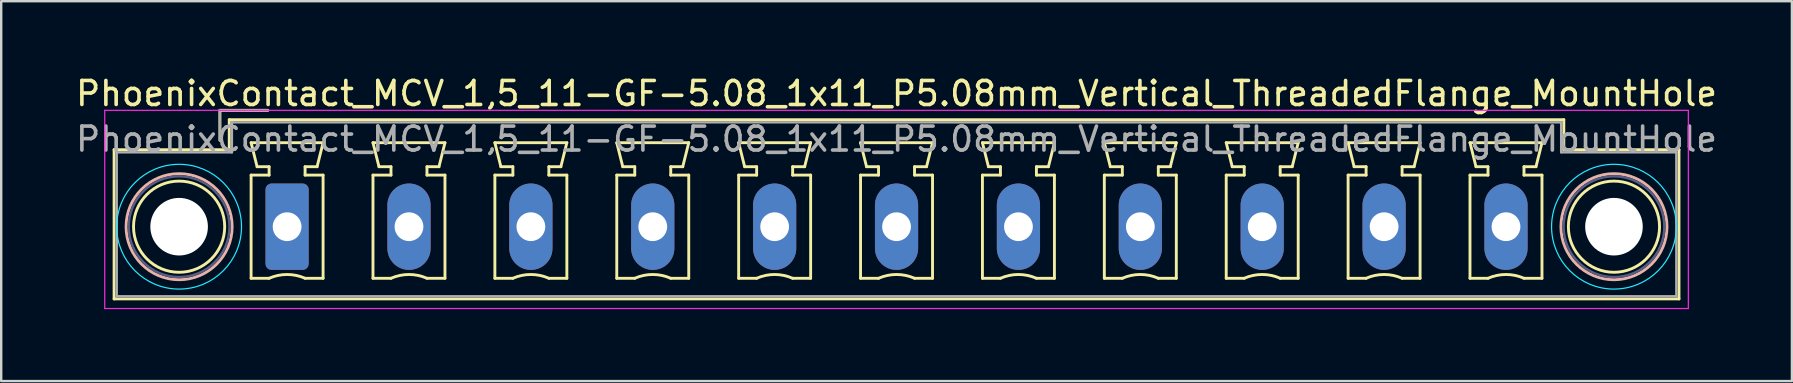
<source format=kicad_pcb>
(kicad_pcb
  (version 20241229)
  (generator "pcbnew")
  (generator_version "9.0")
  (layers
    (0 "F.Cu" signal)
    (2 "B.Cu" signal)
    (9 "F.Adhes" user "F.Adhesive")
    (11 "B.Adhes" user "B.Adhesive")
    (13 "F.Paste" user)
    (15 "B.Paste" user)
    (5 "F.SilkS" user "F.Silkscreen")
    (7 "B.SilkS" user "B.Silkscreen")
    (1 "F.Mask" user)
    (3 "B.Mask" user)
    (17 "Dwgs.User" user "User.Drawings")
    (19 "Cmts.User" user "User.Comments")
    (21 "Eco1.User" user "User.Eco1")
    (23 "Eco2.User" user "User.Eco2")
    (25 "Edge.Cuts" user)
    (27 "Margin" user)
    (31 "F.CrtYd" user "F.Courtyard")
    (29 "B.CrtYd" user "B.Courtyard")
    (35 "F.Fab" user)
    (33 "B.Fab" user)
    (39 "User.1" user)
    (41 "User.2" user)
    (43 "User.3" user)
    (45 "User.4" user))
  (footprint "PhoenixContact_MCV_1,5_11-GF-5.08_1x11_P5.08mm_Vertical_ThreadedFlange_MountHole"
    (layer "F.Cu")
    (at 8.915 6.398)
    (property "Reference" "PhoenixContact_MCV_1,5_11-GF-5.08_1x11_P5.08mm_Vertical_ThreadedFlange_MountHole" (at 25.4 -5.55 0) (layer "F.SilkS") (effects (font (size 1 1) (thickness 0.15))))
    (attr through_hole)
    (fp_line (start -7.21 -3.21) (end -7.21 3.01) (stroke (width 0.12) (type solid)) (layer "F.SilkS"))
    (fp_line (start -7.21 3.01) (end 58.01 3.01) (stroke (width 0.12) (type solid)) (layer "F.SilkS"))
    (fp_line (start -2.8 -4.85) (end -0.8 -4.85) (stroke (width 0.12) (type solid)) (layer "F.SilkS"))
    (fp_line (start -2.8 -3.6) (end -2.8 -4.85) (stroke (width 0.12) (type solid)) (layer "F.SilkS"))
    (fp_line (start -2.41 -4.46) (end -2.41 -3.21) (stroke (width 0.12) (type solid)) (layer "F.SilkS"))
    (fp_line (start -2.41 -3.21) (end -7.21 -3.21) (stroke (width 0.12) (type solid)) (layer "F.SilkS"))
    (fp_line (start -1.5 -3.5) (end 1.5 -3.5) (stroke (width 0.12) (type solid)) (layer "F.SilkS"))
    (fp_line (start -1.5 -2.15) (end -0.75 -2.15) (stroke (width 0.12) (type solid)) (layer "F.SilkS"))
    (fp_line (start -1.5 2.15) (end -1.5 -2.15) (stroke (width 0.12) (type solid)) (layer "F.SilkS"))
    (fp_line (start -1.25 -2.5) (end -1.5 -3.5) (stroke (width 0.12) (type solid)) (layer "F.SilkS"))
    (fp_line (start -0.75 -2.5) (end -1.25 -2.5) (stroke (width 0.12) (type solid)) (layer "F.SilkS"))
    (fp_line (start -0.75 -2.15) (end -0.75 -2.5) (stroke (width 0.12) (type solid)) (layer "F.SilkS"))
    (fp_line (start -0.75 2.15) (end -1.5 2.15) (stroke (width 0.12) (type solid)) (layer "F.SilkS"))
    (fp_line (start 0.75 -2.5) (end 0.75 -2.15) (stroke (width 0.12) (type solid)) (layer "F.SilkS"))
    (fp_line (start 0.75 -2.15) (end 1.5 -2.15) (stroke (width 0.12) (type solid)) (layer "F.SilkS"))
    (fp_line (start 1.25 -2.5) (end 0.75 -2.5) (stroke (width 0.12) (type solid)) (layer "F.SilkS"))
    (fp_line (start 1.5 -3.5) (end 1.25 -2.5) (stroke (width 0.12) (type solid)) (layer "F.SilkS"))
    (fp_line (start 1.5 -2.15) (end 1.5 2.15) (stroke (width 0.12) (type solid)) (layer "F.SilkS"))
    (fp_line (start 1.5 2.15) (end 0.75 2.15) (stroke (width 0.12) (type solid)) (layer "F.SilkS"))
    (fp_line (start 3.58 -3.5) (end 6.58 -3.5) (stroke (width 0.12) (type solid)) (layer "F.SilkS"))
    (fp_line (start 3.58 -2.15) (end 4.33 -2.15) (stroke (width 0.12) (type solid)) (layer "F.SilkS"))
    (fp_line (start 3.58 2.15) (end 3.58 -2.15) (stroke (width 0.12) (type solid)) (layer "F.SilkS"))
    (fp_line (start 3.83 -2.5) (end 3.58 -3.5) (stroke (width 0.12) (type solid)) (layer "F.SilkS"))
    (fp_line (start 4.33 -2.5) (end 3.83 -2.5) (stroke (width 0.12) (type solid)) (layer "F.SilkS"))
    (fp_line (start 4.33 -2.15) (end 4.33 -2.5) (stroke (width 0.12) (type solid)) (layer "F.SilkS"))
    (fp_line (start 4.33 2.15) (end 3.58 2.15) (stroke (width 0.12) (type solid)) (layer "F.SilkS"))
    (fp_line (start 5.83 -2.5) (end 5.83 -2.15) (stroke (width 0.12) (type solid)) (layer "F.SilkS"))
    (fp_line (start 5.83 -2.15) (end 6.58 -2.15) (stroke (width 0.12) (type solid)) (layer "F.SilkS"))
    (fp_line (start 6.33 -2.5) (end 5.83 -2.5) (stroke (width 0.12) (type solid)) (layer "F.SilkS"))
    (fp_line (start 6.58 -3.5) (end 6.33 -2.5) (stroke (width 0.12) (type solid)) (layer "F.SilkS"))
    (fp_line (start 6.58 -2.15) (end 6.58 2.15) (stroke (width 0.12) (type solid)) (layer "F.SilkS"))
    (fp_line (start 6.58 2.15) (end 5.83 2.15) (stroke (width 0.12) (type solid)) (layer "F.SilkS"))
    (fp_line (start 8.66 -3.5) (end 11.66 -3.5) (stroke (width 0.12) (type solid)) (layer "F.SilkS"))
    (fp_line (start 8.66 -2.15) (end 9.41 -2.15) (stroke (width 0.12) (type solid)) (layer "F.SilkS"))
    (fp_line (start 8.66 2.15) (end 8.66 -2.15) (stroke (width 0.12) (type solid)) (layer "F.SilkS"))
    (fp_line (start 8.91 -2.5) (end 8.66 -3.5) (stroke (width 0.12) (type solid)) (layer "F.SilkS"))
    (fp_line (start 9.41 -2.5) (end 8.91 -2.5) (stroke (width 0.12) (type solid)) (layer "F.SilkS"))
    (fp_line (start 9.41 -2.15) (end 9.41 -2.5) (stroke (width 0.12) (type solid)) (layer "F.SilkS"))
    (fp_line (start 9.41 2.15) (end 8.66 2.15) (stroke (width 0.12) (type solid)) (layer "F.SilkS"))
    (fp_line (start 10.91 -2.5) (end 10.91 -2.15) (stroke (width 0.12) (type solid)) (layer "F.SilkS"))
    (fp_line (start 10.91 -2.15) (end 11.66 -2.15) (stroke (width 0.12) (type solid)) (layer "F.SilkS"))
    (fp_line (start 11.41 -2.5) (end 10.91 -2.5) (stroke (width 0.12) (type solid)) (layer "F.SilkS"))
    (fp_line (start 11.66 -3.5) (end 11.41 -2.5) (stroke (width 0.12) (type solid)) (layer "F.SilkS"))
    (fp_line (start 11.66 -2.15) (end 11.66 2.15) (stroke (width 0.12) (type solid)) (layer "F.SilkS"))
    (fp_line (start 11.66 2.15) (end 10.91 2.15) (stroke (width 0.12) (type solid)) (layer "F.SilkS"))
    (fp_line (start 13.74 -3.5) (end 16.74 -3.5) (stroke (width 0.12) (type solid)) (layer "F.SilkS"))
    (fp_line (start 13.74 -2.15) (end 14.49 -2.15) (stroke (width 0.12) (type solid)) (layer "F.SilkS"))
    (fp_line (start 13.74 2.15) (end 13.74 -2.15) (stroke (width 0.12) (type solid)) (layer "F.SilkS"))
    (fp_line (start 13.99 -2.5) (end 13.74 -3.5) (stroke (width 0.12) (type solid)) (layer "F.SilkS"))
    (fp_line (start 14.49 -2.5) (end 13.99 -2.5) (stroke (width 0.12) (type solid)) (layer "F.SilkS"))
    (fp_line (start 14.49 -2.15) (end 14.49 -2.5) (stroke (width 0.12) (type solid)) (layer "F.SilkS"))
    (fp_line (start 14.49 2.15) (end 13.74 2.15) (stroke (width 0.12) (type solid)) (layer "F.SilkS"))
    (fp_line (start 15.99 -2.5) (end 15.99 -2.15) (stroke (width 0.12) (type solid)) (layer "F.SilkS"))
    (fp_line (start 15.99 -2.15) (end 16.74 -2.15) (stroke (width 0.12) (type solid)) (layer "F.SilkS"))
    (fp_line (start 16.49 -2.5) (end 15.99 -2.5) (stroke (width 0.12) (type solid)) (layer "F.SilkS"))
    (fp_line (start 16.74 -3.5) (end 16.49 -2.5) (stroke (width 0.12) (type solid)) (layer "F.SilkS"))
    (fp_line (start 16.74 -2.15) (end 16.74 2.15) (stroke (width 0.12) (type solid)) (layer "F.SilkS"))
    (fp_line (start 16.74 2.15) (end 15.99 2.15) (stroke (width 0.12) (type solid)) (layer "F.SilkS"))
    (fp_line (start 18.82 -3.5) (end 21.82 -3.5) (stroke (width 0.12) (type solid)) (layer "F.SilkS"))
    (fp_line (start 18.82 -2.15) (end 19.57 -2.15) (stroke (width 0.12) (type solid)) (layer "F.SilkS"))
    (fp_line (start 18.82 2.15) (end 18.82 -2.15) (stroke (width 0.12) (type solid)) (layer "F.SilkS"))
    (fp_line (start 19.07 -2.5) (end 18.82 -3.5) (stroke (width 0.12) (type solid)) (layer "F.SilkS"))
    (fp_line (start 19.57 -2.5) (end 19.07 -2.5) (stroke (width 0.12) (type solid)) (layer "F.SilkS"))
    (fp_line (start 19.57 -2.15) (end 19.57 -2.5) (stroke (width 0.12) (type solid)) (layer "F.SilkS"))
    (fp_line (start 19.57 2.15) (end 18.82 2.15) (stroke (width 0.12) (type solid)) (layer "F.SilkS"))
    (fp_line (start 21.07 -2.5) (end 21.07 -2.15) (stroke (width 0.12) (type solid)) (layer "F.SilkS"))
    (fp_line (start 21.07 -2.15) (end 21.82 -2.15) (stroke (width 0.12) (type solid)) (layer "F.SilkS"))
    (fp_line (start 21.57 -2.5) (end 21.07 -2.5) (stroke (width 0.12) (type solid)) (layer "F.SilkS"))
    (fp_line (start 21.82 -3.5) (end 21.57 -2.5) (stroke (width 0.12) (type solid)) (layer "F.SilkS"))
    (fp_line (start 21.82 -2.15) (end 21.82 2.15) (stroke (width 0.12) (type solid)) (layer "F.SilkS"))
    (fp_line (start 21.82 2.15) (end 21.07 2.15) (stroke (width 0.12) (type solid)) (layer "F.SilkS"))
    (fp_line (start 23.9 -3.5) (end 26.9 -3.5) (stroke (width 0.12) (type solid)) (layer "F.SilkS"))
    (fp_line (start 23.9 -2.15) (end 24.65 -2.15) (stroke (width 0.12) (type solid)) (layer "F.SilkS"))
    (fp_line (start 23.9 2.15) (end 23.9 -2.15) (stroke (width 0.12) (type solid)) (layer "F.SilkS"))
    (fp_line (start 24.15 -2.5) (end 23.9 -3.5) (stroke (width 0.12) (type solid)) (layer "F.SilkS"))
    (fp_line (start 24.65 -2.5) (end 24.15 -2.5) (stroke (width 0.12) (type solid)) (layer "F.SilkS"))
    (fp_line (start 24.65 -2.15) (end 24.65 -2.5) (stroke (width 0.12) (type solid)) (layer "F.SilkS"))
    (fp_line (start 24.65 2.15) (end 23.9 2.15) (stroke (width 0.12) (type solid)) (layer "F.SilkS"))
    (fp_line (start 26.15 -2.5) (end 26.15 -2.15) (stroke (width 0.12) (type solid)) (layer "F.SilkS"))
    (fp_line (start 26.15 -2.15) (end 26.9 -2.15) (stroke (width 0.12) (type solid)) (layer "F.SilkS"))
    (fp_line (start 26.65 -2.5) (end 26.15 -2.5) (stroke (width 0.12) (type solid)) (layer "F.SilkS"))
    (fp_line (start 26.9 -3.5) (end 26.65 -2.5) (stroke (width 0.12) (type solid)) (layer "F.SilkS"))
    (fp_line (start 26.9 -2.15) (end 26.9 2.15) (stroke (width 0.12) (type solid)) (layer "F.SilkS"))
    (fp_line (start 26.9 2.15) (end 26.15 2.15) (stroke (width 0.12) (type solid)) (layer "F.SilkS"))
    (fp_line (start 28.98 -3.5) (end 31.98 -3.5) (stroke (width 0.12) (type solid)) (layer "F.SilkS"))
    (fp_line (start 28.98 -2.15) (end 29.73 -2.15) (stroke (width 0.12) (type solid)) (layer "F.SilkS"))
    (fp_line (start 28.98 2.15) (end 28.98 -2.15) (stroke (width 0.12) (type solid)) (layer "F.SilkS"))
    (fp_line (start 29.23 -2.5) (end 28.98 -3.5) (stroke (width 0.12) (type solid)) (layer "F.SilkS"))
    (fp_line (start 29.73 -2.5) (end 29.23 -2.5) (stroke (width 0.12) (type solid)) (layer "F.SilkS"))
    (fp_line (start 29.73 -2.15) (end 29.73 -2.5) (stroke (width 0.12) (type solid)) (layer "F.SilkS"))
    (fp_line (start 29.73 2.15) (end 28.98 2.15) (stroke (width 0.12) (type solid)) (layer "F.SilkS"))
    (fp_line (start 31.23 -2.5) (end 31.23 -2.15) (stroke (width 0.12) (type solid)) (layer "F.SilkS"))
    (fp_line (start 31.23 -2.15) (end 31.98 -2.15) (stroke (width 0.12) (type solid)) (layer "F.SilkS"))
    (fp_line (start 31.73 -2.5) (end 31.23 -2.5) (stroke (width 0.12) (type solid)) (layer "F.SilkS"))
    (fp_line (start 31.98 -3.5) (end 31.73 -2.5) (stroke (width 0.12) (type solid)) (layer "F.SilkS"))
    (fp_line (start 31.98 -2.15) (end 31.98 2.15) (stroke (width 0.12) (type solid)) (layer "F.SilkS"))
    (fp_line (start 31.98 2.15) (end 31.23 2.15) (stroke (width 0.12) (type solid)) (layer "F.SilkS"))
    (fp_line (start 34.06 -3.5) (end 37.06 -3.5) (stroke (width 0.12) (type solid)) (layer "F.SilkS"))
    (fp_line (start 34.06 -2.15) (end 34.81 -2.15) (stroke (width 0.12) (type solid)) (layer "F.SilkS"))
    (fp_line (start 34.06 2.15) (end 34.06 -2.15) (stroke (width 0.12) (type solid)) (layer "F.SilkS"))
    (fp_line (start 34.31 -2.5) (end 34.06 -3.5) (stroke (width 0.12) (type solid)) (layer "F.SilkS"))
    (fp_line (start 34.81 -2.5) (end 34.31 -2.5) (stroke (width 0.12) (type solid)) (layer "F.SilkS"))
    (fp_line (start 34.81 -2.15) (end 34.81 -2.5) (stroke (width 0.12) (type solid)) (layer "F.SilkS"))
    (fp_line (start 34.81 2.15) (end 34.06 2.15) (stroke (width 0.12) (type solid)) (layer "F.SilkS"))
    (fp_line (start 36.31 -2.5) (end 36.31 -2.15) (stroke (width 0.12) (type solid)) (layer "F.SilkS"))
    (fp_line (start 36.31 -2.15) (end 37.06 -2.15) (stroke (width 0.12) (type solid)) (layer "F.SilkS"))
    (fp_line (start 36.81 -2.5) (end 36.31 -2.5) (stroke (width 0.12) (type solid)) (layer "F.SilkS"))
    (fp_line (start 37.06 -3.5) (end 36.81 -2.5) (stroke (width 0.12) (type solid)) (layer "F.SilkS"))
    (fp_line (start 37.06 -2.15) (end 37.06 2.15) (stroke (width 0.12) (type solid)) (layer "F.SilkS"))
    (fp_line (start 37.06 2.15) (end 36.31 2.15) (stroke (width 0.12) (type solid)) (layer "F.SilkS"))
    (fp_line (start 39.14 -3.5) (end 42.14 -3.5) (stroke (width 0.12) (type solid)) (layer "F.SilkS"))
    (fp_line (start 39.14 -2.15) (end 39.89 -2.15) (stroke (width 0.12) (type solid)) (layer "F.SilkS"))
    (fp_line (start 39.14 2.15) (end 39.14 -2.15) (stroke (width 0.12) (type solid)) (layer "F.SilkS"))
    (fp_line (start 39.39 -2.5) (end 39.14 -3.5) (stroke (width 0.12) (type solid)) (layer "F.SilkS"))
    (fp_line (start 39.89 -2.5) (end 39.39 -2.5) (stroke (width 0.12) (type solid)) (layer "F.SilkS"))
    (fp_line (start 39.89 -2.15) (end 39.89 -2.5) (stroke (width 0.12) (type solid)) (layer "F.SilkS"))
    (fp_line (start 39.89 2.15) (end 39.14 2.15) (stroke (width 0.12) (type solid)) (layer "F.SilkS"))
    (fp_line (start 41.39 -2.5) (end 41.39 -2.15) (stroke (width 0.12) (type solid)) (layer "F.SilkS"))
    (fp_line (start 41.39 -2.15) (end 42.14 -2.15) (stroke (width 0.12) (type solid)) (layer "F.SilkS"))
    (fp_line (start 41.89 -2.5) (end 41.39 -2.5) (stroke (width 0.12) (type solid)) (layer "F.SilkS"))
    (fp_line (start 42.14 -3.5) (end 41.89 -2.5) (stroke (width 0.12) (type solid)) (layer "F.SilkS"))
    (fp_line (start 42.14 -2.15) (end 42.14 2.15) (stroke (width 0.12) (type solid)) (layer "F.SilkS"))
    (fp_line (start 42.14 2.15) (end 41.39 2.15) (stroke (width 0.12) (type solid)) (layer "F.SilkS"))
    (fp_line (start 44.22 -3.5) (end 47.22 -3.5) (stroke (width 0.12) (type solid)) (layer "F.SilkS"))
    (fp_line (start 44.22 -2.15) (end 44.97 -2.15) (stroke (width 0.12) (type solid)) (layer "F.SilkS"))
    (fp_line (start 44.22 2.15) (end 44.22 -2.15) (stroke (width 0.12) (type solid)) (layer "F.SilkS"))
    (fp_line (start 44.47 -2.5) (end 44.22 -3.5) (stroke (width 0.12) (type solid)) (layer "F.SilkS"))
    (fp_line (start 44.97 -2.5) (end 44.47 -2.5) (stroke (width 0.12) (type solid)) (layer "F.SilkS"))
    (fp_line (start 44.97 -2.15) (end 44.97 -2.5) (stroke (width 0.12) (type solid)) (layer "F.SilkS"))
    (fp_line (start 44.97 2.15) (end 44.22 2.15) (stroke (width 0.12) (type solid)) (layer "F.SilkS"))
    (fp_line (start 46.47 -2.5) (end 46.47 -2.15) (stroke (width 0.12) (type solid)) (layer "F.SilkS"))
    (fp_line (start 46.47 -2.15) (end 47.22 -2.15) (stroke (width 0.12) (type solid)) (layer "F.SilkS"))
    (fp_line (start 46.97 -2.5) (end 46.47 -2.5) (stroke (width 0.12) (type solid)) (layer "F.SilkS"))
    (fp_line (start 47.22 -3.5) (end 46.97 -2.5) (stroke (width 0.12) (type solid)) (layer "F.SilkS"))
    (fp_line (start 47.22 -2.15) (end 47.22 2.15) (stroke (width 0.12) (type solid)) (layer "F.SilkS"))
    (fp_line (start 47.22 2.15) (end 46.47 2.15) (stroke (width 0.12) (type solid)) (layer "F.SilkS"))
    (fp_line (start 49.3 -3.5) (end 52.3 -3.5) (stroke (width 0.12) (type solid)) (layer "F.SilkS"))
    (fp_line (start 49.3 -2.15) (end 50.05 -2.15) (stroke (width 0.12) (type solid)) (layer "F.SilkS"))
    (fp_line (start 49.3 2.15) (end 49.3 -2.15) (stroke (width 0.12) (type solid)) (layer "F.SilkS"))
    (fp_line (start 49.55 -2.5) (end 49.3 -3.5) (stroke (width 0.12) (type solid)) (layer "F.SilkS"))
    (fp_line (start 50.05 -2.5) (end 49.55 -2.5) (stroke (width 0.12) (type solid)) (layer "F.SilkS"))
    (fp_line (start 50.05 -2.15) (end 50.05 -2.5) (stroke (width 0.12) (type solid)) (layer "F.SilkS"))
    (fp_line (start 50.05 2.15) (end 49.3 2.15) (stroke (width 0.12) (type solid)) (layer "F.SilkS"))
    (fp_line (start 51.55 -2.5) (end 51.55 -2.15) (stroke (width 0.12) (type solid)) (layer "F.SilkS"))
    (fp_line (start 51.55 -2.15) (end 52.3 -2.15) (stroke (width 0.12) (type solid)) (layer "F.SilkS"))
    (fp_line (start 52.05 -2.5) (end 51.55 -2.5) (stroke (width 0.12) (type solid)) (layer "F.SilkS"))
    (fp_line (start 52.3 -3.5) (end 52.05 -2.5) (stroke (width 0.12) (type solid)) (layer "F.SilkS"))
    (fp_line (start 52.3 -2.15) (end 52.3 2.15) (stroke (width 0.12) (type solid)) (layer "F.SilkS"))
    (fp_line (start 52.3 2.15) (end 51.55 2.15) (stroke (width 0.12) (type solid)) (layer "F.SilkS"))
    (fp_line (start 53.21 -4.46) (end -2.41 -4.46) (stroke (width 0.12) (type solid)) (layer "F.SilkS"))
    (fp_line (start 53.21 -3.21) (end 53.21 -4.46) (stroke (width 0.12) (type solid)) (layer "F.SilkS"))
    (fp_line (start 58.01 -3.21) (end 53.21 -3.21) (stroke (width 0.12) (type solid)) (layer "F.SilkS"))
    (fp_line (start 58.01 3.01) (end 58.01 -3.21) (stroke (width 0.12) (type solid)) (layer "F.SilkS"))
    (fp_arc (start -0.75 2.15) (mid -0.000193 1.99191) (end 0.749647 2.149844) (stroke (width 0.12) (type solid)) (layer "F.SilkS"))
    (fp_arc (start 4.33 2.15) (mid 5.079807 1.99191) (end 5.829647 2.149844) (stroke (width 0.12) (type solid)) (layer "F.SilkS"))
    (fp_arc (start 9.41 2.15) (mid 10.159807 1.99191) (end 10.909647 2.149844) (stroke (width 0.12) (type solid)) (layer "F.SilkS"))
    (fp_arc (start 14.49 2.15) (mid 15.239807 1.99191) (end 15.989647 2.149844) (stroke (width 0.12) (type solid)) (layer "F.SilkS"))
    (fp_arc (start 19.57 2.15) (mid 20.319807 1.99191) (end 21.069647 2.149844) (stroke (width 0.12) (type solid)) (layer "F.SilkS"))
    (fp_arc (start 24.65 2.15) (mid 25.399807 1.99191) (end 26.149647 2.149844) (stroke (width 0.12) (type solid)) (layer "F.SilkS"))
    (fp_arc (start 29.73 2.15) (mid 30.479807 1.99191) (end 31.229647 2.149844) (stroke (width 0.12) (type solid)) (layer "F.SilkS"))
    (fp_arc (start 34.81 2.15) (mid 35.559807 1.99191) (end 36.309647 2.149844) (stroke (width 0.12) (type solid)) (layer "F.SilkS"))
    (fp_arc (start 39.89 2.15) (mid 40.639807 1.99191) (end 41.389647 2.149844) (stroke (width 0.12) (type solid)) (layer "F.SilkS"))
    (fp_arc (start 44.97 2.15) (mid 45.719807 1.99191) (end 46.469647 2.149844) (stroke (width 0.12) (type solid)) (layer "F.SilkS"))
    (fp_arc (start 50.05 2.15) (mid 50.799807 1.99191) (end 51.549647 2.149844) (stroke (width 0.12) (type solid)) (layer "F.SilkS"))
    (fp_circle (center -4.5 0) (end -2.6 0) (stroke (width 0.12) (type solid)) (fill no) (layer "F.SilkS"))
    (fp_circle (center 55.3 0) (end 57.2 0) (stroke (width 0.12) (type solid)) (fill no) (layer "F.SilkS"))
    (fp_circle (center -4.5 0) (end -2.29 0) (stroke (width 0.12) (type solid)) (fill no) (layer "B.SilkS"))
    (fp_circle (center 55.3 0) (end 57.51 0) (stroke (width 0.12) (type solid)) (fill no) (layer "B.SilkS"))
    (fp_circle (center -4.5 0) (end -1.9 0) (stroke (width 0.05) (type solid)) (fill no) (layer "B.CrtYd"))
    (fp_circle (center 55.3 0) (end 57.9 0) (stroke (width 0.05) (type solid)) (fill no) (layer "B.CrtYd"))
    (fp_line (start -7.6 -4.85) (end -7.6 3.41) (stroke (width 0.05) (type solid)) (layer "F.CrtYd"))
    (fp_line (start -7.6 3.41) (end 58.4 3.41) (stroke (width 0.05) (type solid)) (layer "F.CrtYd"))
    (fp_line (start 58.4 -4.85) (end -7.6 -4.85) (stroke (width 0.05) (type solid)) (layer "F.CrtYd"))
    (fp_line (start 58.4 3.41) (end 58.4 -4.85) (stroke (width 0.05) (type solid)) (layer "F.CrtYd"))
    (fp_circle (center -4.5 0) (end -2.4 0) (stroke (width 0.1) (type solid)) (fill no) (layer "B.Fab"))
    (fp_circle (center 55.3 0) (end 57.4 0) (stroke (width 0.1) (type solid)) (fill no) (layer "B.Fab"))
    (fp_line (start -7.1 -3.1) (end -7.1 2.9) (stroke (width 0.1) (type solid)) (layer "F.Fab"))
    (fp_line (start -7.1 2.9) (end 57.9 2.9) (stroke (width 0.1) (type solid)) (layer "F.Fab"))
    (fp_line (start -2.8 -4.85) (end -0.8 -4.85) (stroke (width 0.1) (type solid)) (layer "F.Fab"))
    (fp_line (start -2.8 -3.6) (end -2.8 -4.85) (stroke (width 0.1) (type solid)) (layer "F.Fab"))
    (fp_line (start -2.3 -4.35) (end -2.3 -3.1) (stroke (width 0.1) (type solid)) (layer "F.Fab"))
    (fp_line (start -2.3 -3.1) (end -7.1 -3.1) (stroke (width 0.1) (type solid)) (layer "F.Fab"))
    (fp_line (start 53.1 -4.35) (end -2.3 -4.35) (stroke (width 0.1) (type solid)) (layer "F.Fab"))
    (fp_line (start 53.1 -3.1) (end 53.1 -4.35) (stroke (width 0.1) (type solid)) (layer "F.Fab"))
    (fp_line (start 57.9 -3.1) (end 53.1 -3.1) (stroke (width 0.1) (type solid)) (layer "F.Fab"))
    (fp_line (start 57.9 2.9) (end 57.9 -3.1) (stroke (width 0.1) (type solid)) (layer "F.Fab"))
    (fp_text user "${REFERENCE}" (at 25.4 -3.65 0) (layer "F.Fab") (effects (font (size 1 1) (thickness 0.15))))
    (pad "" np_thru_hole circle (at -4.5 0) (size 2.4 2.4) (drill 2.4) (layers "*.Cu" "*.Mask"))
    (pad "" np_thru_hole circle (at 55.3 0) (size 2.4 2.4) (drill 2.4) (layers "*.Cu" "*.Mask"))
    (pad "1" thru_hole roundrect (at 0 0) (size 1.8 3.6) (drill 1.2) (layers "*.Cu" "*.Mask") (roundrect_rratio 0.139))
    (pad "2" thru_hole oval (at 5.08 0) (size 1.8 3.6) (drill 1.2) (layers "*.Cu" "*.Mask"))
    (pad "3" thru_hole oval (at 10.16 0) (size 1.8 3.6) (drill 1.2) (layers "*.Cu" "*.Mask"))
    (pad "4" thru_hole oval (at 15.24 0) (size 1.8 3.6) (drill 1.2) (layers "*.Cu" "*.Mask"))
    (pad "5" thru_hole oval (at 20.32 0) (size 1.8 3.6) (drill 1.2) (layers "*.Cu" "*.Mask"))
    (pad "6" thru_hole oval (at 25.4 0) (size 1.8 3.6) (drill 1.2) (layers "*.Cu" "*.Mask"))
    (pad "7" thru_hole oval (at 30.48 0) (size 1.8 3.6) (drill 1.2) (layers "*.Cu" "*.Mask"))
    (pad "8" thru_hole oval (at 35.56 0) (size 1.8 3.6) (drill 1.2) (layers "*.Cu" "*.Mask"))
    (pad "9" thru_hole oval (at 40.64 0) (size 1.8 3.6) (drill 1.2) (layers "*.Cu" "*.Mask"))
    (pad "10" thru_hole oval (at 45.72 0) (size 1.8 3.6) (drill 1.2) (layers "*.Cu" "*.Mask"))
    (pad "11" thru_hole oval (at 50.8 0) (size 1.8 3.6) (drill 1.2) (layers "*.Cu" "*.Mask")))
  (gr_rect
    (start -3 -3)
    (end 71.631 12.833)
    (stroke (width 0.1) (type default))
    (fill no)
    (layer "Edge.Cuts")))
</source>
